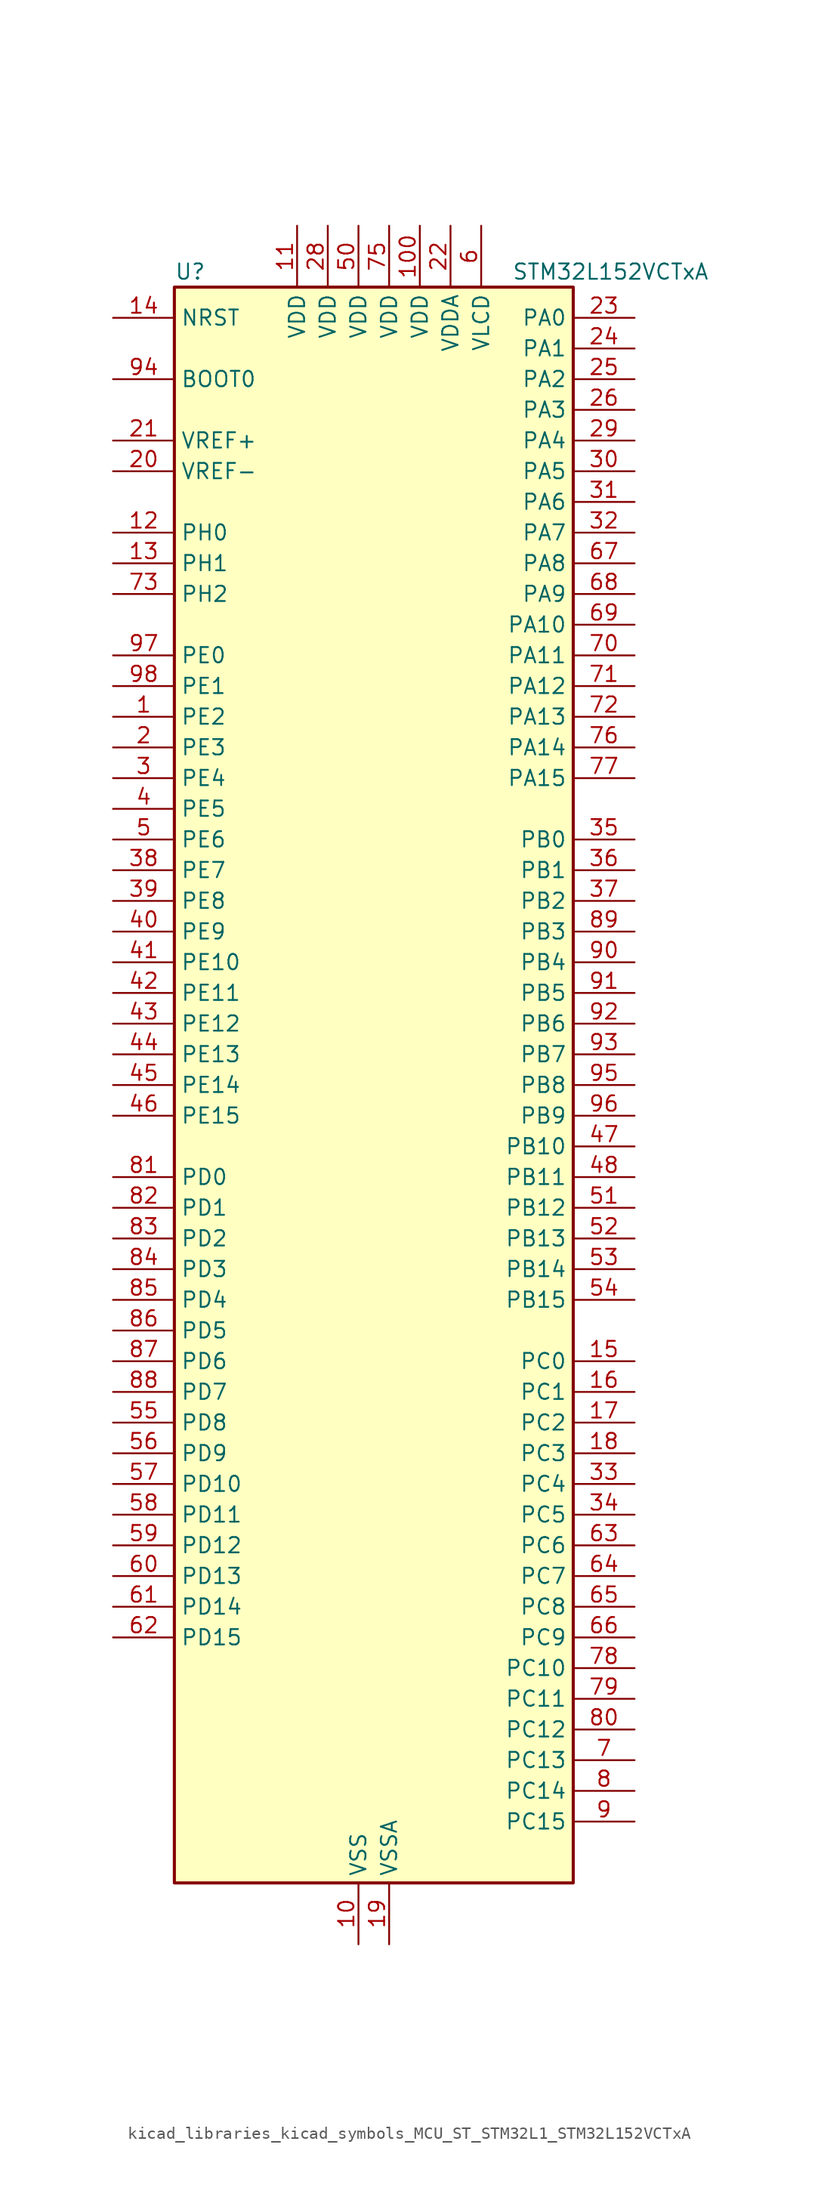
<source format=kicad_sym>
(kicad_symbol_lib
  (version 20220914)
  (generator kicad_symbol_editor)
  (symbol "kicad_libraries_kicad_symbols_MCU_ST_STM32L1_STM32L152VCTxA"
    (property "Reference" "U"
      (at -15.24 67.31 0)
      (effects (font (size 1.27 1.27)) (justify left)))
    (property "Value" "STM32L152VCTxA"
      (at 12.7 67.31 0)
      (effects (font (size 1.27 1.27)) (justify left)))
    (property "ki_locked" ""
      (at 0 0 0)
      (effects (font (size 1.27 1.27))))
    (symbol "kicad_libraries_kicad_symbols_MCU_ST_STM32L1_STM32L152VCTxA_0_1"
      (rectangle (start -15.24 -66.04) (end 17.78 66.04) (stroke (width 0.254) (type default)) (fill (type background))))
    (symbol "kicad_libraries_kicad_symbols_MCU_ST_STM32L1_STM32L152VCTxA_1_1"
      (pin bidirectional line (at -20.32 30.48 0) (length 5.08) (name "PE2" (effects (font (size 1.27 1.27)))) (number "1" (effects (font (size 1.27 1.27)))) (alternate "LCD_SEG38" bidirectional line) (alternate "SYS_TRACECK" bidirectional line) (alternate "TIM3_ETR" bidirectional line) (alternate "TIMX_IC3" bidirectional line))
      (pin power_in line (at 0 -71.12 90) (length 5.08) (name "VSS" (effects (font (size 1.27 1.27)))) (number "10" (effects (font (size 1.27 1.27)))))
      (pin power_in line (at 5.08 71.12 270) (length 5.08) (name "VDD" (effects (font (size 1.27 1.27)))) (number "100" (effects (font (size 1.27 1.27)))))
      (pin power_in line (at -5.08 71.12 270) (length 5.08) (name "VDD" (effects (font (size 1.27 1.27)))) (number "11" (effects (font (size 1.27 1.27)))))
      (pin bidirectional line (at -20.32 45.72 0) (length 5.08) (name "PH0" (effects (font (size 1.27 1.27)))) (number "12" (effects (font (size 1.27 1.27)))) (alternate "RCC_OSC_IN" bidirectional line))
      (pin bidirectional line (at -20.32 43.18 0) (length 5.08) (name "PH1" (effects (font (size 1.27 1.27)))) (number "13" (effects (font (size 1.27 1.27)))) (alternate "RCC_OSC_OUT" bidirectional line))
      (pin input line (at -20.32 63.5 0) (length 5.08) (name "NRST" (effects (font (size 1.27 1.27)))) (number "14" (effects (font (size 1.27 1.27)))))
      (pin bidirectional line (at 22.86 -22.86 180) (length 5.08) (name "PC0" (effects (font (size 1.27 1.27)))) (number "15" (effects (font (size 1.27 1.27)))) (alternate "ADC_IN10" bidirectional line) (alternate "COMP1_INP" bidirectional line) (alternate "LCD_SEG18" bidirectional line) (alternate "TIMX_IC1" bidirectional line) (alternate "TS_G8_IO1" bidirectional line))
      (pin bidirectional line (at 22.86 -25.4 180) (length 5.08) (name "PC1" (effects (font (size 1.27 1.27)))) (number "16" (effects (font (size 1.27 1.27)))) (alternate "ADC_IN11" bidirectional line) (alternate "COMP1_INP" bidirectional line) (alternate "LCD_SEG19" bidirectional line) (alternate "TIMX_IC2" bidirectional line) (alternate "TS_G8_IO2" bidirectional line))
      (pin bidirectional line (at 22.86 -27.94 180) (length 5.08) (name "PC2" (effects (font (size 1.27 1.27)))) (number "17" (effects (font (size 1.27 1.27)))) (alternate "ADC_IN12" bidirectional line) (alternate "COMP1_INP" bidirectional line) (alternate "LCD_SEG20" bidirectional line) (alternate "TIMX_IC3" bidirectional line) (alternate "TS_G8_IO3" bidirectional line))
      (pin bidirectional line (at 22.86 -30.48 180) (length 5.08) (name "PC3" (effects (font (size 1.27 1.27)))) (number "18" (effects (font (size 1.27 1.27)))) (alternate "ADC_IN13" bidirectional line) (alternate "COMP1_INP" bidirectional line) (alternate "LCD_SEG21" bidirectional line) (alternate "TIMX_IC4" bidirectional line) (alternate "TS_G8_IO4" bidirectional line))
      (pin power_in line (at 2.54 -71.12 90) (length 5.08) (name "VSSA" (effects (font (size 1.27 1.27)))) (number "19" (effects (font (size 1.27 1.27)))))
      (pin bidirectional line (at -20.32 27.94 0) (length 5.08) (name "PE3" (effects (font (size 1.27 1.27)))) (number "2" (effects (font (size 1.27 1.27)))) (alternate "LCD_SEG39" bidirectional line) (alternate "SYS_TRACED0" bidirectional line) (alternate "TIM3_CH1" bidirectional line) (alternate "TIMX_IC4" bidirectional line))
      (pin input line (at -20.32 50.8 0) (length 5.08) (name "VREF-" (effects (font (size 1.27 1.27)))) (number "20" (effects (font (size 1.27 1.27)))))
      (pin input line (at -20.32 53.34 0) (length 5.08) (name "VREF+" (effects (font (size 1.27 1.27)))) (number "21" (effects (font (size 1.27 1.27)))))
      (pin power_in line (at 7.62 71.12 270) (length 5.08) (name "VDDA" (effects (font (size 1.27 1.27)))) (number "22" (effects (font (size 1.27 1.27)))))
      (pin bidirectional line (at 22.86 63.5 180) (length 5.08) (name "PA0" (effects (font (size 1.27 1.27)))) (number "23" (effects (font (size 1.27 1.27)))) (alternate "ADC_IN0" bidirectional line) (alternate "COMP1_INP" bidirectional line) (alternate "RTC_TAMP2" bidirectional line) (alternate "SYS_WKUP1" bidirectional line) (alternate "TIM2_CH1" bidirectional line) (alternate "TIM2_ETR" bidirectional line) (alternate "TIM5_CH1" bidirectional line) (alternate "TIMX_IC1" bidirectional line) (alternate "TS_G1_IO1" bidirectional line) (alternate "USART2_CTS" bidirectional line))
      (pin bidirectional line (at 22.86 60.96 180) (length 5.08) (name "PA1" (effects (font (size 1.27 1.27)))) (number "24" (effects (font (size 1.27 1.27)))) (alternate "ADC_IN1" bidirectional line) (alternate "COMP1_INP" bidirectional line) (alternate "LCD_SEG0" bidirectional line) (alternate "OPAMP1_VINP" bidirectional line) (alternate "TIM2_CH2" bidirectional line) (alternate "TIM5_CH2" bidirectional line) (alternate "TIMX_IC2" bidirectional line) (alternate "TS_G1_IO2" bidirectional line) (alternate "USART2_RTS" bidirectional line))
      (pin bidirectional line (at 22.86 58.42 180) (length 5.08) (name "PA2" (effects (font (size 1.27 1.27)))) (number "25" (effects (font (size 1.27 1.27)))) (alternate "ADC_IN2" bidirectional line) (alternate "COMP1_INP" bidirectional line) (alternate "LCD_SEG1" bidirectional line) (alternate "OPAMP1_VINM" bidirectional line) (alternate "TIM2_CH3" bidirectional line) (alternate "TIM5_CH3" bidirectional line) (alternate "TIM9_CH1" bidirectional line) (alternate "TIMX_IC3" bidirectional line) (alternate "TS_G1_IO3" bidirectional line) (alternate "USART2_TX" bidirectional line))
      (pin bidirectional line (at 22.86 55.88 180) (length 5.08) (name "PA3" (effects (font (size 1.27 1.27)))) (number "26" (effects (font (size 1.27 1.27)))) (alternate "ADC_IN3" bidirectional line) (alternate "COMP1_INP" bidirectional line) (alternate "LCD_SEG2" bidirectional line) (alternate "OPAMP1_VOUT" bidirectional line) (alternate "TIM2_CH4" bidirectional line) (alternate "TIM5_CH4" bidirectional line) (alternate "TIM9_CH2" bidirectional line) (alternate "TIMX_IC4" bidirectional line) (alternate "TS_G1_IO4" bidirectional line) (alternate "USART2_RX" bidirectional line))
      (pin passive line (at 0 -71.12 90) (length 5.08) hide (name "VSS" (effects (font (size 1.27 1.27)))) (number "27" (effects (font (size 1.27 1.27)))))
      (pin power_in line (at -2.54 71.12 270) (length 5.08) (name "VDD" (effects (font (size 1.27 1.27)))) (number "28" (effects (font (size 1.27 1.27)))))
      (pin bidirectional line (at 22.86 53.34 180) (length 5.08) (name "PA4" (effects (font (size 1.27 1.27)))) (number "29" (effects (font (size 1.27 1.27)))) (alternate "ADC_IN4" bidirectional line) (alternate "COMP1_INP" bidirectional line) (alternate "DAC_OUT1" bidirectional line) (alternate "I2S3_WS" bidirectional line) (alternate "SPI1_NSS" bidirectional line) (alternate "SPI3_NSS" bidirectional line) (alternate "TIMX_IC1" bidirectional line) (alternate "USART2_CK" bidirectional line))
      (pin bidirectional line (at -20.32 25.4 0) (length 5.08) (name "PE4" (effects (font (size 1.27 1.27)))) (number "3" (effects (font (size 1.27 1.27)))) (alternate "SYS_TRACED1" bidirectional line) (alternate "TIM3_CH2" bidirectional line) (alternate "TIMX_IC1" bidirectional line))
      (pin bidirectional line (at 22.86 50.8 180) (length 5.08) (name "PA5" (effects (font (size 1.27 1.27)))) (number "30" (effects (font (size 1.27 1.27)))) (alternate "ADC_IN5" bidirectional line) (alternate "COMP1_INP" bidirectional line) (alternate "DAC_OUT2" bidirectional line) (alternate "SPI1_SCK" bidirectional line) (alternate "TIM2_CH1" bidirectional line) (alternate "TIM2_ETR" bidirectional line) (alternate "TIMX_IC2" bidirectional line))
      (pin bidirectional line (at 22.86 48.26 180) (length 5.08) (name "PA6" (effects (font (size 1.27 1.27)))) (number "31" (effects (font (size 1.27 1.27)))) (alternate "ADC_IN6" bidirectional line) (alternate "COMP1_INP" bidirectional line) (alternate "LCD_SEG3" bidirectional line) (alternate "OPAMP2_VINP" bidirectional line) (alternate "SPI1_MISO" bidirectional line) (alternate "TIM10_CH1" bidirectional line) (alternate "TIM3_CH1" bidirectional line) (alternate "TIMX_IC3" bidirectional line) (alternate "TS_G2_IO1" bidirectional line))
      (pin bidirectional line (at 22.86 45.72 180) (length 5.08) (name "PA7" (effects (font (size 1.27 1.27)))) (number "32" (effects (font (size 1.27 1.27)))) (alternate "ADC_IN7" bidirectional line) (alternate "COMP1_INP" bidirectional line) (alternate "LCD_SEG4" bidirectional line) (alternate "OPAMP2_VINM" bidirectional line) (alternate "SPI1_MOSI" bidirectional line) (alternate "TIM11_CH1" bidirectional line) (alternate "TIM3_CH2" bidirectional line) (alternate "TIMX_IC4" bidirectional line) (alternate "TS_G2_IO2" bidirectional line))
      (pin bidirectional line (at 22.86 -33.02 180) (length 5.08) (name "PC4" (effects (font (size 1.27 1.27)))) (number "33" (effects (font (size 1.27 1.27)))) (alternate "ADC_IN14" bidirectional line) (alternate "COMP1_INP" bidirectional line) (alternate "LCD_SEG22" bidirectional line) (alternate "TIMX_IC1" bidirectional line) (alternate "TS_G9_IO1" bidirectional line))
      (pin bidirectional line (at 22.86 -35.56 180) (length 5.08) (name "PC5" (effects (font (size 1.27 1.27)))) (number "34" (effects (font (size 1.27 1.27)))) (alternate "ADC_IN15" bidirectional line) (alternate "COMP1_INP" bidirectional line) (alternate "LCD_SEG23" bidirectional line) (alternate "TIMX_IC2" bidirectional line) (alternate "TS_G9_IO2" bidirectional line))
      (pin bidirectional line (at 22.86 20.32 180) (length 5.08) (name "PB0" (effects (font (size 1.27 1.27)))) (number "35" (effects (font (size 1.27 1.27)))) (alternate "ADC_IN8" bidirectional line) (alternate "COMP1_INP" bidirectional line) (alternate "LCD_SEG5" bidirectional line) (alternate "OPAMP2_VOUT" bidirectional line) (alternate "SYS_V_REF_OUT" bidirectional line) (alternate "TIM3_CH3" bidirectional line) (alternate "TS_G3_IO1" bidirectional line))
      (pin bidirectional line (at 22.86 17.78 180) (length 5.08) (name "PB1" (effects (font (size 1.27 1.27)))) (number "36" (effects (font (size 1.27 1.27)))) (alternate "ADC_IN9" bidirectional line) (alternate "COMP1_INP" bidirectional line) (alternate "LCD_SEG6" bidirectional line) (alternate "SYS_V_REF_OUT" bidirectional line) (alternate "TIM3_CH4" bidirectional line) (alternate "TS_G3_IO2" bidirectional line))
      (pin bidirectional line (at 22.86 15.24 180) (length 5.08) (name "PB2" (effects (font (size 1.27 1.27)))) (number "37" (effects (font (size 1.27 1.27)))) (alternate "TS_G3_IO3" bidirectional line))
      (pin bidirectional line (at -20.32 17.78 0) (length 5.08) (name "PE7" (effects (font (size 1.27 1.27)))) (number "38" (effects (font (size 1.27 1.27)))) (alternate "ADC_IN22" bidirectional line) (alternate "COMP1_INP" bidirectional line) (alternate "TIMX_IC4" bidirectional line))
      (pin bidirectional line (at -20.32 15.24 0) (length 5.08) (name "PE8" (effects (font (size 1.27 1.27)))) (number "39" (effects (font (size 1.27 1.27)))) (alternate "ADC_IN23" bidirectional line) (alternate "COMP1_INP" bidirectional line) (alternate "TIMX_IC1" bidirectional line))
      (pin bidirectional line (at -20.32 22.86 0) (length 5.08) (name "PE5" (effects (font (size 1.27 1.27)))) (number "4" (effects (font (size 1.27 1.27)))) (alternate "SYS_TRACED2" bidirectional line) (alternate "TIM9_CH1" bidirectional line) (alternate "TIMX_IC2" bidirectional line))
      (pin bidirectional line (at -20.32 12.7 0) (length 5.08) (name "PE9" (effects (font (size 1.27 1.27)))) (number "40" (effects (font (size 1.27 1.27)))) (alternate "ADC_IN24" bidirectional line) (alternate "COMP1_INP" bidirectional line) (alternate "DAC_EXTI9" bidirectional line) (alternate "TIM2_CH1" bidirectional line) (alternate "TIM2_ETR" bidirectional line) (alternate "TIMX_IC2" bidirectional line))
      (pin bidirectional line (at -20.32 10.16 0) (length 5.08) (name "PE10" (effects (font (size 1.27 1.27)))) (number "41" (effects (font (size 1.27 1.27)))) (alternate "ADC_IN25" bidirectional line) (alternate "COMP1_INP" bidirectional line) (alternate "TIM2_CH2" bidirectional line) (alternate "TIMX_IC3" bidirectional line))
      (pin bidirectional line (at -20.32 7.62 0) (length 5.08) (name "PE11" (effects (font (size 1.27 1.27)))) (number "42" (effects (font (size 1.27 1.27)))) (alternate "ADC_EXTI11" bidirectional line) (alternate "TIM2_CH3" bidirectional line) (alternate "TIMX_IC4" bidirectional line))
      (pin bidirectional line (at -20.32 5.08 0) (length 5.08) (name "PE12" (effects (font (size 1.27 1.27)))) (number "43" (effects (font (size 1.27 1.27)))) (alternate "SPI1_NSS" bidirectional line) (alternate "TIM2_CH4" bidirectional line) (alternate "TIMX_IC1" bidirectional line))
      (pin bidirectional line (at -20.32 2.54 0) (length 5.08) (name "PE13" (effects (font (size 1.27 1.27)))) (number "44" (effects (font (size 1.27 1.27)))) (alternate "SPI1_SCK" bidirectional line) (alternate "TIMX_IC2" bidirectional line))
      (pin bidirectional line (at -20.32 0 0) (length 5.08) (name "PE14" (effects (font (size 1.27 1.27)))) (number "45" (effects (font (size 1.27 1.27)))) (alternate "SPI1_MISO" bidirectional line) (alternate "TIMX_IC3" bidirectional line))
      (pin bidirectional line (at -20.32 -2.54 0) (length 5.08) (name "PE15" (effects (font (size 1.27 1.27)))) (number "46" (effects (font (size 1.27 1.27)))) (alternate "ADC_EXTI15" bidirectional line) (alternate "SPI1_MOSI" bidirectional line) (alternate "TIMX_IC4" bidirectional line))
      (pin bidirectional line (at 22.86 -5.08 180) (length 5.08) (name "PB10" (effects (font (size 1.27 1.27)))) (number "47" (effects (font (size 1.27 1.27)))) (alternate "I2C2_SCL" bidirectional line) (alternate "LCD_SEG10" bidirectional line) (alternate "TIM2_CH3" bidirectional line) (alternate "USART3_TX" bidirectional line))
      (pin bidirectional line (at 22.86 -7.62 180) (length 5.08) (name "PB11" (effects (font (size 1.27 1.27)))) (number "48" (effects (font (size 1.27 1.27)))) (alternate "ADC_EXTI11" bidirectional line) (alternate "I2C2_SDA" bidirectional line) (alternate "LCD_SEG11" bidirectional line) (alternate "TIM2_CH4" bidirectional line) (alternate "USART3_RX" bidirectional line))
      (pin passive line (at 0 -71.12 90) (length 5.08) hide (name "VSS" (effects (font (size 1.27 1.27)))) (number "49" (effects (font (size 1.27 1.27)))))
      (pin bidirectional line (at -20.32 20.32 0) (length 5.08) (name "PE6" (effects (font (size 1.27 1.27)))) (number "5" (effects (font (size 1.27 1.27)))) (alternate "RTC_TAMP3" bidirectional line) (alternate "SYS_TRACED3" bidirectional line) (alternate "SYS_WKUP3" bidirectional line) (alternate "TIM9_CH2" bidirectional line) (alternate "TIMX_IC3" bidirectional line))
      (pin power_in line (at 0 71.12 270) (length 5.08) (name "VDD" (effects (font (size 1.27 1.27)))) (number "50" (effects (font (size 1.27 1.27)))))
      (pin bidirectional line (at 22.86 -10.16 180) (length 5.08) (name "PB12" (effects (font (size 1.27 1.27)))) (number "51" (effects (font (size 1.27 1.27)))) (alternate "ADC_IN18" bidirectional line) (alternate "COMP1_INP" bidirectional line) (alternate "I2C2_SMBA" bidirectional line) (alternate "I2S2_WS" bidirectional line) (alternate "LCD_SEG12" bidirectional line) (alternate "SPI2_NSS" bidirectional line) (alternate "TIM10_CH1" bidirectional line) (alternate "TS_G7_IO1" bidirectional line) (alternate "USART3_CK" bidirectional line))
      (pin bidirectional line (at 22.86 -12.7 180) (length 5.08) (name "PB13" (effects (font (size 1.27 1.27)))) (number "52" (effects (font (size 1.27 1.27)))) (alternate "ADC_IN19" bidirectional line) (alternate "COMP1_INP" bidirectional line) (alternate "I2S2_CK" bidirectional line) (alternate "LCD_SEG13" bidirectional line) (alternate "SPI2_SCK" bidirectional line) (alternate "TIM9_CH1" bidirectional line) (alternate "TS_G7_IO2" bidirectional line) (alternate "USART3_CTS" bidirectional line))
      (pin bidirectional line (at 22.86 -15.24 180) (length 5.08) (name "PB14" (effects (font (size 1.27 1.27)))) (number "53" (effects (font (size 1.27 1.27)))) (alternate "ADC_IN20" bidirectional line) (alternate "COMP1_INP" bidirectional line) (alternate "LCD_SEG14" bidirectional line) (alternate "SPI2_MISO" bidirectional line) (alternate "TIM9_CH2" bidirectional line) (alternate "TS_G7_IO3" bidirectional line) (alternate "USART3_RTS" bidirectional line))
      (pin bidirectional line (at 22.86 -17.78 180) (length 5.08) (name "PB15" (effects (font (size 1.27 1.27)))) (number "54" (effects (font (size 1.27 1.27)))) (alternate "ADC_EXTI15" bidirectional line) (alternate "ADC_IN21" bidirectional line) (alternate "COMP1_INP" bidirectional line) (alternate "I2S2_SD" bidirectional line) (alternate "LCD_SEG15" bidirectional line) (alternate "RTC_REFIN" bidirectional line) (alternate "SPI2_MOSI" bidirectional line) (alternate "TIM11_CH1" bidirectional line) (alternate "TS_G7_IO4" bidirectional line))
      (pin bidirectional line (at -20.32 -27.94 0) (length 5.08) (name "PD8" (effects (font (size 1.27 1.27)))) (number "55" (effects (font (size 1.27 1.27)))) (alternate "LCD_SEG28" bidirectional line) (alternate "TIMX_IC1" bidirectional line) (alternate "USART3_TX" bidirectional line))
      (pin bidirectional line (at -20.32 -30.48 0) (length 5.08) (name "PD9" (effects (font (size 1.27 1.27)))) (number "56" (effects (font (size 1.27 1.27)))) (alternate "DAC_EXTI9" bidirectional line) (alternate "LCD_SEG29" bidirectional line) (alternate "TIMX_IC2" bidirectional line) (alternate "USART3_RX" bidirectional line))
      (pin bidirectional line (at -20.32 -33.02 0) (length 5.08) (name "PD10" (effects (font (size 1.27 1.27)))) (number "57" (effects (font (size 1.27 1.27)))) (alternate "LCD_SEG30" bidirectional line) (alternate "TIMX_IC3" bidirectional line) (alternate "USART3_CK" bidirectional line))
      (pin bidirectional line (at -20.32 -35.56 0) (length 5.08) (name "PD11" (effects (font (size 1.27 1.27)))) (number "58" (effects (font (size 1.27 1.27)))) (alternate "ADC_EXTI11" bidirectional line) (alternate "LCD_SEG31" bidirectional line) (alternate "TIMX_IC4" bidirectional line) (alternate "USART3_CTS" bidirectional line))
      (pin bidirectional line (at -20.32 -38.1 0) (length 5.08) (name "PD12" (effects (font (size 1.27 1.27)))) (number "59" (effects (font (size 1.27 1.27)))) (alternate "LCD_SEG32" bidirectional line) (alternate "TIM4_CH1" bidirectional line) (alternate "TIMX_IC1" bidirectional line) (alternate "USART3_RTS" bidirectional line))
      (pin power_in line (at 10.16 71.12 270) (length 5.08) (name "VLCD" (effects (font (size 1.27 1.27)))) (number "6" (effects (font (size 1.27 1.27)))))
      (pin bidirectional line (at -20.32 -40.64 0) (length 5.08) (name "PD13" (effects (font (size 1.27 1.27)))) (number "60" (effects (font (size 1.27 1.27)))) (alternate "LCD_SEG33" bidirectional line) (alternate "TIM4_CH2" bidirectional line) (alternate "TIMX_IC2" bidirectional line))
      (pin bidirectional line (at -20.32 -43.18 0) (length 5.08) (name "PD14" (effects (font (size 1.27 1.27)))) (number "61" (effects (font (size 1.27 1.27)))) (alternate "LCD_SEG34" bidirectional line) (alternate "TIM4_CH3" bidirectional line) (alternate "TIMX_IC3" bidirectional line))
      (pin bidirectional line (at -20.32 -45.72 0) (length 5.08) (name "PD15" (effects (font (size 1.27 1.27)))) (number "62" (effects (font (size 1.27 1.27)))) (alternate "ADC_EXTI15" bidirectional line) (alternate "LCD_SEG35" bidirectional line) (alternate "TIM4_CH4" bidirectional line) (alternate "TIMX_IC4" bidirectional line))
      (pin bidirectional line (at 22.86 -38.1 180) (length 5.08) (name "PC6" (effects (font (size 1.27 1.27)))) (number "63" (effects (font (size 1.27 1.27)))) (alternate "I2S2_MCK" bidirectional line) (alternate "LCD_SEG24" bidirectional line) (alternate "TIM3_CH1" bidirectional line) (alternate "TIMX_IC3" bidirectional line) (alternate "TS_G10_IO1" bidirectional line))
      (pin bidirectional line (at 22.86 -40.64 180) (length 5.08) (name "PC7" (effects (font (size 1.27 1.27)))) (number "64" (effects (font (size 1.27 1.27)))) (alternate "I2S3_MCK" bidirectional line) (alternate "LCD_SEG25" bidirectional line) (alternate "TIM3_CH2" bidirectional line) (alternate "TIMX_IC4" bidirectional line) (alternate "TS_G10_IO2" bidirectional line))
      (pin bidirectional line (at 22.86 -43.18 180) (length 5.08) (name "PC8" (effects (font (size 1.27 1.27)))) (number "65" (effects (font (size 1.27 1.27)))) (alternate "LCD_SEG26" bidirectional line) (alternate "TIM3_CH3" bidirectional line) (alternate "TIMX_IC1" bidirectional line) (alternate "TS_G10_IO3" bidirectional line))
      (pin bidirectional line (at 22.86 -45.72 180) (length 5.08) (name "PC9" (effects (font (size 1.27 1.27)))) (number "66" (effects (font (size 1.27 1.27)))) (alternate "DAC_EXTI9" bidirectional line) (alternate "LCD_SEG27" bidirectional line) (alternate "TIM3_CH4" bidirectional line) (alternate "TIMX_IC2" bidirectional line) (alternate "TS_G10_IO4" bidirectional line))
      (pin bidirectional line (at 22.86 43.18 180) (length 5.08) (name "PA8" (effects (font (size 1.27 1.27)))) (number "67" (effects (font (size 1.27 1.27)))) (alternate "LCD_COM0" bidirectional line) (alternate "RCC_MCO" bidirectional line) (alternate "TIMX_IC1" bidirectional line) (alternate "TS_G4_IO1" bidirectional line) (alternate "USART1_CK" bidirectional line))
      (pin bidirectional line (at 22.86 40.64 180) (length 5.08) (name "PA9" (effects (font (size 1.27 1.27)))) (number "68" (effects (font (size 1.27 1.27)))) (alternate "DAC_EXTI9" bidirectional line) (alternate "LCD_COM1" bidirectional line) (alternate "TIMX_IC2" bidirectional line) (alternate "TS_G4_IO2" bidirectional line) (alternate "USART1_TX" bidirectional line))
      (pin bidirectional line (at 22.86 38.1 180) (length 5.08) (name "PA10" (effects (font (size 1.27 1.27)))) (number "69" (effects (font (size 1.27 1.27)))) (alternate "LCD_COM2" bidirectional line) (alternate "TIMX_IC3" bidirectional line) (alternate "TS_G4_IO3" bidirectional line) (alternate "USART1_RX" bidirectional line))
      (pin bidirectional line (at 22.86 -55.88 180) (length 5.08) (name "PC13" (effects (font (size 1.27 1.27)))) (number "7" (effects (font (size 1.27 1.27)))) (alternate "RTC_OUT_ALARM" bidirectional line) (alternate "RTC_OUT_CALIB" bidirectional line) (alternate "RTC_TAMP1" bidirectional line) (alternate "RTC_TS" bidirectional line) (alternate "SYS_WKUP2" bidirectional line) (alternate "TIMX_IC2" bidirectional line))
      (pin bidirectional line (at 22.86 35.56 180) (length 5.08) (name "PA11" (effects (font (size 1.27 1.27)))) (number "70" (effects (font (size 1.27 1.27)))) (alternate "ADC_EXTI11" bidirectional line) (alternate "SPI1_MISO" bidirectional line) (alternate "TIMX_IC4" bidirectional line) (alternate "USART1_CTS" bidirectional line) (alternate "USB_DM" bidirectional line))
      (pin bidirectional line (at 22.86 33.02 180) (length 5.08) (name "PA12" (effects (font (size 1.27 1.27)))) (number "71" (effects (font (size 1.27 1.27)))) (alternate "SPI1_MOSI" bidirectional line) (alternate "TIMX_IC1" bidirectional line) (alternate "USART1_RTS" bidirectional line) (alternate "USB_DP" bidirectional line))
      (pin bidirectional line (at 22.86 30.48 180) (length 5.08) (name "PA13" (effects (font (size 1.27 1.27)))) (number "72" (effects (font (size 1.27 1.27)))) (alternate "SYS_JTMS-SWDIO" bidirectional line) (alternate "TIMX_IC2" bidirectional line) (alternate "TS_G5_IO1" bidirectional line))
      (pin bidirectional line (at -20.32 40.64 0) (length 5.08) (name "PH2" (effects (font (size 1.27 1.27)))) (number "73" (effects (font (size 1.27 1.27)))))
      (pin passive line (at 0 -71.12 90) (length 5.08) hide (name "VSS" (effects (font (size 1.27 1.27)))) (number "74" (effects (font (size 1.27 1.27)))))
      (pin power_in line (at 2.54 71.12 270) (length 5.08) (name "VDD" (effects (font (size 1.27 1.27)))) (number "75" (effects (font (size 1.27 1.27)))))
      (pin bidirectional line (at 22.86 27.94 180) (length 5.08) (name "PA14" (effects (font (size 1.27 1.27)))) (number "76" (effects (font (size 1.27 1.27)))) (alternate "SYS_JTCK-SWCLK" bidirectional line) (alternate "TIMX_IC3" bidirectional line) (alternate "TS_G5_IO2" bidirectional line))
      (pin bidirectional line (at 22.86 25.4 180) (length 5.08) (name "PA15" (effects (font (size 1.27 1.27)))) (number "77" (effects (font (size 1.27 1.27)))) (alternate "ADC_EXTI15" bidirectional line) (alternate "I2S3_WS" bidirectional line) (alternate "LCD_SEG17" bidirectional line) (alternate "SPI1_NSS" bidirectional line) (alternate "SPI3_NSS" bidirectional line) (alternate "SYS_JTDI" bidirectional line) (alternate "TIM2_CH1" bidirectional line) (alternate "TIM2_ETR" bidirectional line) (alternate "TIMX_IC4" bidirectional line) (alternate "TS_G5_IO3" bidirectional line))
      (pin bidirectional line (at 22.86 -48.26 180) (length 5.08) (name "PC10" (effects (font (size 1.27 1.27)))) (number "78" (effects (font (size 1.27 1.27)))) (alternate "I2S3_CK" bidirectional line) (alternate "LCD_COM4" bidirectional line) (alternate "LCD_SEG28" bidirectional line) (alternate "LCD_SEG40" bidirectional line) (alternate "SPI3_SCK" bidirectional line) (alternate "TIMX_IC3" bidirectional line) (alternate "USART3_TX" bidirectional line))
      (pin bidirectional line (at 22.86 -50.8 180) (length 5.08) (name "PC11" (effects (font (size 1.27 1.27)))) (number "79" (effects (font (size 1.27 1.27)))) (alternate "ADC_EXTI11" bidirectional line) (alternate "LCD_COM5" bidirectional line) (alternate "LCD_SEG29" bidirectional line) (alternate "LCD_SEG41" bidirectional line) (alternate "SPI3_MISO" bidirectional line) (alternate "TIMX_IC4" bidirectional line) (alternate "USART3_RX" bidirectional line))
      (pin bidirectional line (at 22.86 -58.42 180) (length 5.08) (name "PC14" (effects (font (size 1.27 1.27)))) (number "8" (effects (font (size 1.27 1.27)))) (alternate "RCC_OSC32_IN" bidirectional line) (alternate "TIMX_IC3" bidirectional line))
      (pin bidirectional line (at 22.86 -53.34 180) (length 5.08) (name "PC12" (effects (font (size 1.27 1.27)))) (number "80" (effects (font (size 1.27 1.27)))) (alternate "I2S3_SD" bidirectional line) (alternate "LCD_COM6" bidirectional line) (alternate "LCD_SEG30" bidirectional line) (alternate "LCD_SEG42" bidirectional line) (alternate "SPI3_MOSI" bidirectional line) (alternate "TIMX_IC1" bidirectional line) (alternate "USART3_CK" bidirectional line))
      (pin bidirectional line (at -20.32 -7.62 0) (length 5.08) (name "PD0" (effects (font (size 1.27 1.27)))) (number "81" (effects (font (size 1.27 1.27)))) (alternate "I2S2_WS" bidirectional line) (alternate "SPI2_NSS" bidirectional line) (alternate "TIM9_CH1" bidirectional line) (alternate "TIMX_IC1" bidirectional line))
      (pin bidirectional line (at -20.32 -10.16 0) (length 5.08) (name "PD1" (effects (font (size 1.27 1.27)))) (number "82" (effects (font (size 1.27 1.27)))) (alternate "I2S2_CK" bidirectional line) (alternate "SPI2_SCK" bidirectional line) (alternate "TIMX_IC2" bidirectional line))
      (pin bidirectional line (at -20.32 -12.7 0) (length 5.08) (name "PD2" (effects (font (size 1.27 1.27)))) (number "83" (effects (font (size 1.27 1.27)))) (alternate "LCD_COM7" bidirectional line) (alternate "LCD_SEG31" bidirectional line) (alternate "LCD_SEG43" bidirectional line) (alternate "TIM3_ETR" bidirectional line) (alternate "TIMX_IC3" bidirectional line))
      (pin bidirectional line (at -20.32 -15.24 0) (length 5.08) (name "PD3" (effects (font (size 1.27 1.27)))) (number "84" (effects (font (size 1.27 1.27)))) (alternate "SPI2_MISO" bidirectional line) (alternate "TIMX_IC4" bidirectional line) (alternate "USART2_CTS" bidirectional line))
      (pin bidirectional line (at -20.32 -17.78 0) (length 5.08) (name "PD4" (effects (font (size 1.27 1.27)))) (number "85" (effects (font (size 1.27 1.27)))) (alternate "I2S2_SD" bidirectional line) (alternate "SPI2_MOSI" bidirectional line) (alternate "TIMX_IC1" bidirectional line) (alternate "USART2_RTS" bidirectional line))
      (pin bidirectional line (at -20.32 -20.32 0) (length 5.08) (name "PD5" (effects (font (size 1.27 1.27)))) (number "86" (effects (font (size 1.27 1.27)))) (alternate "TIMX_IC2" bidirectional line) (alternate "USART2_TX" bidirectional line))
      (pin bidirectional line (at -20.32 -22.86 0) (length 5.08) (name "PD6" (effects (font (size 1.27 1.27)))) (number "87" (effects (font (size 1.27 1.27)))) (alternate "TIMX_IC3" bidirectional line) (alternate "USART2_RX" bidirectional line))
      (pin bidirectional line (at -20.32 -25.4 0) (length 5.08) (name "PD7" (effects (font (size 1.27 1.27)))) (number "88" (effects (font (size 1.27 1.27)))) (alternate "TIM9_CH2" bidirectional line) (alternate "TIMX_IC4" bidirectional line) (alternate "USART2_CK" bidirectional line))
      (pin bidirectional line (at 22.86 12.7 180) (length 5.08) (name "PB3" (effects (font (size 1.27 1.27)))) (number "89" (effects (font (size 1.27 1.27)))) (alternate "COMP2_INM" bidirectional line) (alternate "I2S3_CK" bidirectional line) (alternate "LCD_SEG7" bidirectional line) (alternate "SPI1_SCK" bidirectional line) (alternate "SPI3_SCK" bidirectional line) (alternate "SYS_JTDO-TRACESWO" bidirectional line) (alternate "TIM2_CH2" bidirectional line))
      (pin bidirectional line (at 22.86 -60.96 180) (length 5.08) (name "PC15" (effects (font (size 1.27 1.27)))) (number "9" (effects (font (size 1.27 1.27)))) (alternate "ADC_EXTI15" bidirectional line) (alternate "RCC_OSC32_OUT" bidirectional line) (alternate "TIMX_IC4" bidirectional line))
      (pin bidirectional line (at 22.86 10.16 180) (length 5.08) (name "PB4" (effects (font (size 1.27 1.27)))) (number "90" (effects (font (size 1.27 1.27)))) (alternate "COMP2_INP" bidirectional line) (alternate "LCD_SEG8" bidirectional line) (alternate "SPI1_MISO" bidirectional line) (alternate "SPI3_MISO" bidirectional line) (alternate "SYS_JTRST" bidirectional line) (alternate "TIM3_CH1" bidirectional line) (alternate "TS_G6_IO1" bidirectional line))
      (pin bidirectional line (at 22.86 7.62 180) (length 5.08) (name "PB5" (effects (font (size 1.27 1.27)))) (number "91" (effects (font (size 1.27 1.27)))) (alternate "COMP2_INP" bidirectional line) (alternate "I2C1_SMBA" bidirectional line) (alternate "I2S3_SD" bidirectional line) (alternate "LCD_SEG9" bidirectional line) (alternate "SPI1_MOSI" bidirectional line) (alternate "SPI3_MOSI" bidirectional line) (alternate "TIM3_CH2" bidirectional line) (alternate "TS_G6_IO2" bidirectional line))
      (pin bidirectional line (at 22.86 5.08 180) (length 5.08) (name "PB6" (effects (font (size 1.27 1.27)))) (number "92" (effects (font (size 1.27 1.27)))) (alternate "COMP2_INP" bidirectional line) (alternate "I2C1_SCL" bidirectional line) (alternate "TIM4_CH1" bidirectional line) (alternate "TS_G6_IO3" bidirectional line) (alternate "USART1_TX" bidirectional line))
      (pin bidirectional line (at 22.86 2.54 180) (length 5.08) (name "PB7" (effects (font (size 1.27 1.27)))) (number "93" (effects (font (size 1.27 1.27)))) (alternate "COMP2_INP" bidirectional line) (alternate "I2C1_SDA" bidirectional line) (alternate "SYS_PVD_IN" bidirectional line) (alternate "TIM4_CH2" bidirectional line) (alternate "TS_G6_IO4" bidirectional line) (alternate "USART1_RX" bidirectional line))
      (pin input line (at -20.32 58.42 0) (length 5.08) (name "BOOT0" (effects (font (size 1.27 1.27)))) (number "94" (effects (font (size 1.27 1.27)))))
      (pin bidirectional line (at 22.86 0 180) (length 5.08) (name "PB8" (effects (font (size 1.27 1.27)))) (number "95" (effects (font (size 1.27 1.27)))) (alternate "I2C1_SCL" bidirectional line) (alternate "LCD_SEG16" bidirectional line) (alternate "TIM10_CH1" bidirectional line) (alternate "TIM4_CH3" bidirectional line))
      (pin bidirectional line (at 22.86 -2.54 180) (length 5.08) (name "PB9" (effects (font (size 1.27 1.27)))) (number "96" (effects (font (size 1.27 1.27)))) (alternate "DAC_EXTI9" bidirectional line) (alternate "I2C1_SDA" bidirectional line) (alternate "LCD_COM3" bidirectional line) (alternate "TIM11_CH1" bidirectional line) (alternate "TIM4_CH4" bidirectional line))
      (pin bidirectional line (at -20.32 35.56 0) (length 5.08) (name "PE0" (effects (font (size 1.27 1.27)))) (number "97" (effects (font (size 1.27 1.27)))) (alternate "LCD_SEG36" bidirectional line) (alternate "TIM10_CH1" bidirectional line) (alternate "TIM4_ETR" bidirectional line) (alternate "TIMX_IC1" bidirectional line))
      (pin bidirectional line (at -20.32 33.02 0) (length 5.08) (name "PE1" (effects (font (size 1.27 1.27)))) (number "98" (effects (font (size 1.27 1.27)))) (alternate "LCD_SEG37" bidirectional line) (alternate "TIM11_CH1" bidirectional line) (alternate "TIMX_IC2" bidirectional line))
      (pin passive line (at 0 -71.12 90) (length 5.08) hide (name "VSS" (effects (font (size 1.27 1.27)))) (number "99" (effects (font (size 1.27 1.27))))))))
</source>
